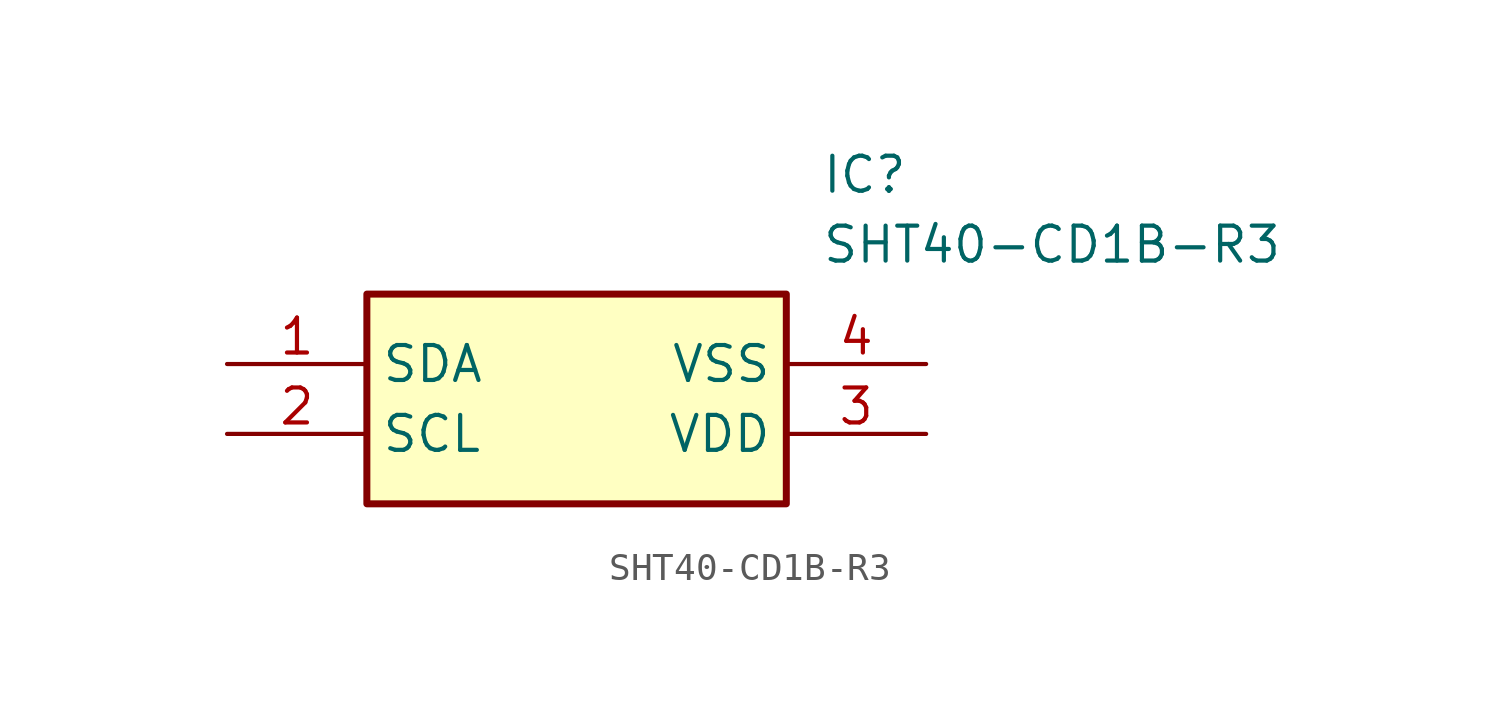
<source format=kicad_sym>
(kicad_symbol_lib
  (version 20211014)
  (generator SamacSys_ECAD_Model)
  (symbol "SHT40-CD1B-R3"
    (property "Reference" "IC"
      (at 21.59 7.62 0)
      (effects (font (size 1.27 1.27)) (justify left top)))
    (property "Value" "SHT40-CD1B-R3"
      (at 21.59 5.08 0)
      (effects (font (size 1.27 1.27)) (justify left top)))
    (rectangle
      (start 5.08 2.54)
      (end 20.32 -5.08)
      (stroke (width 0.254) (type default))
      (fill (type background)))
    (pin passive line
      (at 0 0 0)
      (length 5.08)
      (name "SDA" (effects (font (size 1.27 1.27))))
      (number "1" (effects (font (size 1.27 1.27)))))
    (pin passive line
      (at 0 -2.54 0)
      (length 5.08)
      (name "SCL" (effects (font (size 1.27 1.27))))
      (number "2" (effects (font (size 1.27 1.27)))))
    (pin passive line
      (at 25.4 -2.54 180)
      (length 5.08)
      (name "VDD" (effects (font (size 1.27 1.27))))
      (number "3" (effects (font (size 1.27 1.27)))))
    (pin passive line
      (at 25.4 0 180)
      (length 5.08)
      (name "VSS" (effects (font (size 1.27 1.27))))
      (number "4" (effects (font (size 1.27 1.27)))))))
</source>
